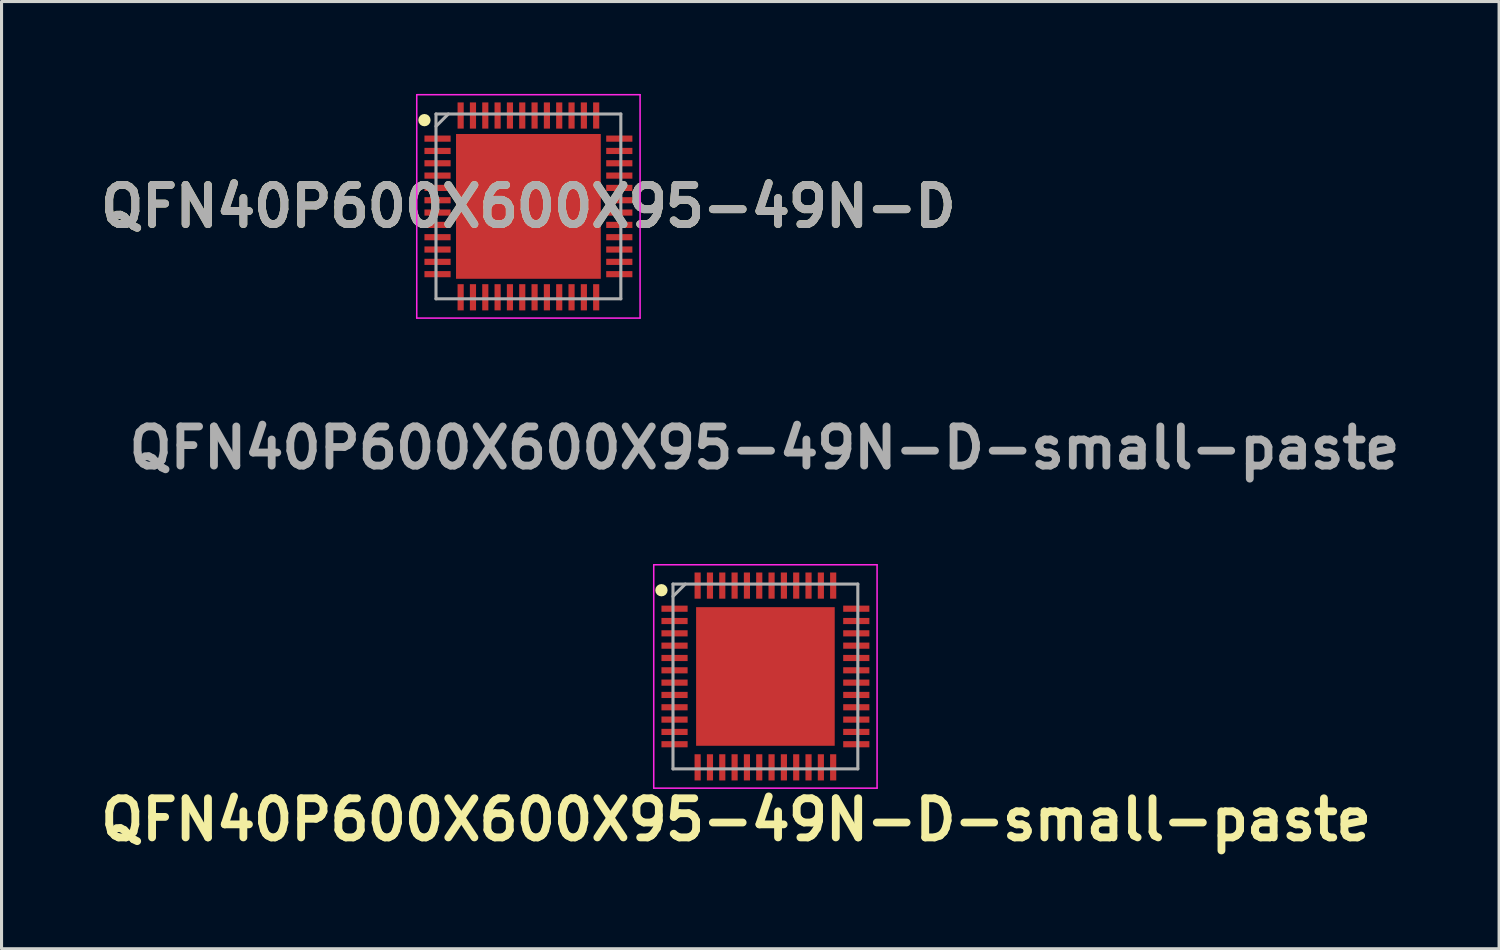
<source format=kicad_pcb>
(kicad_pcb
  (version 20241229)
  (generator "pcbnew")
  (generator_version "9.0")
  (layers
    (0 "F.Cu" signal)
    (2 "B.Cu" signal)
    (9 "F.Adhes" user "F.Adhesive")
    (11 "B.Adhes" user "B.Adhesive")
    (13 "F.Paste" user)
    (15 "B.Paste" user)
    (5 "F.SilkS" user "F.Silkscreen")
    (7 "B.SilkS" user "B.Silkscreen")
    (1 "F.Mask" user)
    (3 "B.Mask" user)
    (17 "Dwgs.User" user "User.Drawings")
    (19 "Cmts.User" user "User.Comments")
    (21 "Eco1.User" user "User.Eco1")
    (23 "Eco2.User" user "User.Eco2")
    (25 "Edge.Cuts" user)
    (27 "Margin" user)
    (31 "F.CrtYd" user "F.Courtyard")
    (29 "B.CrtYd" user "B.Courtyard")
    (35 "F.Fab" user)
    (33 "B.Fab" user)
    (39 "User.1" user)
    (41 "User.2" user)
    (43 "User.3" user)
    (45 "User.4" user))
  (footprint "QFN40P600X600X95-49N-D-small-paste"
    (layer "F.Cu")
    (at 21.796 18.909)
    (property "Reference" "QFN40P600X600X95-49N-D-small-paste" (at -0.95 4.65 0) (layer "F.SilkS") (effects (font (size 1.27 1.27) (thickness 0.254))))
    (attr smd)
    (fp_circle (center -3.375 -2.8) (end -3.375 -2.7) (stroke (width 0.2) (type solid)) (fill no) (layer "F.SilkS"))
    (fp_rect (start -3.375 -2.3) (end -2.9 -2.1) (stroke (width 0) (type solid)) (fill yes) (layer "F.Paste"))
    (fp_rect (start -3.375 -1.9) (end -2.9 -1.7) (stroke (width 0) (type solid)) (fill yes) (layer "F.Paste"))
    (fp_rect (start -3.375 -1.5) (end -2.9 -1.3) (stroke (width 0) (type solid)) (fill yes) (layer "F.Paste"))
    (fp_rect (start -3.375 -1.1) (end -2.9 -0.9) (stroke (width 0) (type solid)) (fill yes) (layer "F.Paste"))
    (fp_rect (start -3.375 -0.7) (end -2.9 -0.5) (stroke (width 0) (type solid)) (fill yes) (layer "F.Paste"))
    (fp_rect (start -3.375 -0.3) (end -2.9 -0.1) (stroke (width 0) (type solid)) (fill yes) (layer "F.Paste"))
    (fp_rect (start -3.375 0.1) (end -2.9 0.3) (stroke (width 0) (type solid)) (fill yes) (layer "F.Paste"))
    (fp_rect (start -3.375 0.5) (end -2.9 0.7) (stroke (width 0) (type solid)) (fill yes) (layer "F.Paste"))
    (fp_rect (start -3.375 0.9) (end -2.9 1.1) (stroke (width 0) (type solid)) (fill yes) (layer "F.Paste"))
    (fp_rect (start -3.375 1.3) (end -2.9 1.5) (stroke (width 0) (type solid)) (fill yes) (layer "F.Paste"))
    (fp_rect (start -3.375 1.7) (end -2.9 1.9) (stroke (width 0) (type solid)) (fill yes) (layer "F.Paste"))
    (fp_rect (start -3.375 2.1) (end -2.9 2.3) (stroke (width 0) (type solid)) (fill yes) (layer "F.Paste"))
    (fp_rect (start -2.3 -3.375) (end -2.1 -2.9) (stroke (width 0) (type solid)) (fill yes) (layer "F.Paste"))
    (fp_rect (start -2.3 2.9) (end -2.1 3.375) (stroke (width 0) (type solid)) (fill yes) (layer "F.Paste"))
    (fp_rect (start -1.9 -3.375) (end -1.7 -2.9) (stroke (width 0) (type solid)) (fill yes) (layer "F.Paste"))
    (fp_rect (start -1.9 2.9) (end -1.7 3.375) (stroke (width 0) (type solid)) (fill yes) (layer "F.Paste"))
    (fp_rect (start -1.8 -1.8) (end -0.2 -0.2) (stroke (width 0) (type solid)) (fill yes) (layer "F.Paste"))
    (fp_rect (start -1.8 0.2) (end -0.2 1.8) (stroke (width 0) (type solid)) (fill yes) (layer "F.Paste"))
    (fp_rect (start -1.5 -3.375) (end -1.3 -2.9) (stroke (width 0) (type solid)) (fill yes) (layer "F.Paste"))
    (fp_rect (start -1.5 2.9) (end -1.3 3.375) (stroke (width 0) (type solid)) (fill yes) (layer "F.Paste"))
    (fp_rect (start -1.1 -3.375) (end -0.9 -2.9) (stroke (width 0) (type solid)) (fill yes) (layer "F.Paste"))
    (fp_rect (start -1.1 2.9) (end -0.9 3.375) (stroke (width 0) (type solid)) (fill yes) (layer "F.Paste"))
    (fp_rect (start -0.7 -3.375) (end -0.5 -2.9) (stroke (width 0) (type solid)) (fill yes) (layer "F.Paste"))
    (fp_rect (start -0.7 2.9) (end -0.5 3.375) (stroke (width 0) (type solid)) (fill yes) (layer "F.Paste"))
    (fp_rect (start -0.3 -3.375) (end -0.1 -2.9) (stroke (width 0) (type solid)) (fill yes) (layer "F.Paste"))
    (fp_rect (start -0.3 2.9) (end -0.1 3.375) (stroke (width 0) (type solid)) (fill yes) (layer "F.Paste"))
    (fp_rect (start 0.1 -3.375) (end 0.3 -2.9) (stroke (width 0) (type solid)) (fill yes) (layer "F.Paste"))
    (fp_rect (start 0.1 2.9) (end 0.3 3.375) (stroke (width 0) (type solid)) (fill yes) (layer "F.Paste"))
    (fp_rect (start 0.2 -1.8) (end 1.8 -0.2) (stroke (width 0) (type solid)) (fill yes) (layer "F.Paste"))
    (fp_rect (start 0.2 0.2) (end 1.8 1.8) (stroke (width 0) (type solid)) (fill yes) (layer "F.Paste"))
    (fp_rect (start 0.5 -3.375) (end 0.7 -2.9) (stroke (width 0) (type solid)) (fill yes) (layer "F.Paste"))
    (fp_rect (start 0.5 2.9) (end 0.7 3.375) (stroke (width 0) (type solid)) (fill yes) (layer "F.Paste"))
    (fp_rect (start 0.9 -3.375) (end 1.1 -2.9) (stroke (width 0) (type solid)) (fill yes) (layer "F.Paste"))
    (fp_rect (start 0.9 2.9) (end 1.1 3.375) (stroke (width 0) (type solid)) (fill yes) (layer "F.Paste"))
    (fp_rect (start 1.3 -3.375) (end 1.5 -2.9) (stroke (width 0) (type solid)) (fill yes) (layer "F.Paste"))
    (fp_rect (start 1.3 2.9) (end 1.5 3.375) (stroke (width 0) (type solid)) (fill yes) (layer "F.Paste"))
    (fp_rect (start 1.7 -3.375) (end 1.9 -2.9) (stroke (width 0) (type solid)) (fill yes) (layer "F.Paste"))
    (fp_rect (start 1.7 2.9) (end 1.9 3.375) (stroke (width 0) (type solid)) (fill yes) (layer "F.Paste"))
    (fp_rect (start 2.1 -3.375) (end 2.3 -2.9) (stroke (width 0) (type solid)) (fill yes) (layer "F.Paste"))
    (fp_rect (start 2.1 2.9) (end 2.3 3.375) (stroke (width 0) (type solid)) (fill yes) (layer "F.Paste"))
    (fp_rect (start 2.9 -2.3) (end 3.375 -2.1) (stroke (width 0) (type solid)) (fill yes) (layer "F.Paste"))
    (fp_rect (start 2.9 -1.9) (end 3.375 -1.7) (stroke (width 0) (type solid)) (fill yes) (layer "F.Paste"))
    (fp_rect (start 2.9 -1.5) (end 3.375 -1.3) (stroke (width 0) (type solid)) (fill yes) (layer "F.Paste"))
    (fp_rect (start 2.9 -1.1) (end 3.375 -0.9) (stroke (width 0) (type solid)) (fill yes) (layer "F.Paste"))
    (fp_rect (start 2.9 -0.7) (end 3.375 -0.5) (stroke (width 0) (type solid)) (fill yes) (layer "F.Paste"))
    (fp_rect (start 2.9 -0.3) (end 3.375 -0.1) (stroke (width 0) (type solid)) (fill yes) (layer "F.Paste"))
    (fp_rect (start 2.9 0.1) (end 3.375 0.3) (stroke (width 0) (type solid)) (fill yes) (layer "F.Paste"))
    (fp_rect (start 2.9 0.5) (end 3.375 0.7) (stroke (width 0) (type solid)) (fill yes) (layer "F.Paste"))
    (fp_rect (start 2.9 0.9) (end 3.375 1.1) (stroke (width 0) (type solid)) (fill yes) (layer "F.Paste"))
    (fp_rect (start 2.9 1.3) (end 3.375 1.5) (stroke (width 0) (type solid)) (fill yes) (layer "F.Paste"))
    (fp_rect (start 2.9 1.7) (end 3.375 1.9) (stroke (width 0) (type solid)) (fill yes) (layer "F.Paste"))
    (fp_rect (start 2.9 2.1) (end 3.375 2.3) (stroke (width 0) (type solid)) (fill yes) (layer "F.Paste"))
    (fp_line (start -3.625 -3.625) (end 3.625 -3.625) (stroke (width 0.05) (type solid)) (layer "F.CrtYd"))
    (fp_line (start -3.625 3.625) (end -3.625 -3.625) (stroke (width 0.05) (type solid)) (layer "F.CrtYd"))
    (fp_line (start 3.625 -3.625) (end 3.625 3.625) (stroke (width 0.05) (type solid)) (layer "F.CrtYd"))
    (fp_line (start 3.625 3.625) (end -3.625 3.625) (stroke (width 0.05) (type solid)) (layer "F.CrtYd"))
    (fp_line (start -3 -3) (end 3 -3) (stroke (width 0.1) (type solid)) (layer "F.Fab"))
    (fp_line (start -3 -2.6) (end -2.6 -3) (stroke (width 0.1) (type solid)) (layer "F.Fab"))
    (fp_line (start -3 3) (end -3 -3) (stroke (width 0.1) (type solid)) (layer "F.Fab"))
    (fp_line (start 3 -3) (end 3 3) (stroke (width 0.1) (type solid)) (layer "F.Fab"))
    (fp_line (start 3 3) (end -3 3) (stroke (width 0.1) (type solid)) (layer "F.Fab"))
    (fp_text user "${REFERENCE}" (at -0.03 -7.42 0) (layer "F.Fab") (effects (font (size 1.27 1.27) (thickness 0.254))))
    (pad "1" smd rect (at -2.95 -2.2 90) (size 0.2 0.85) (layers "F.Cu" "F.Mask"))
    (pad "2" smd rect (at -2.95 -1.8 90) (size 0.2 0.85) (layers "F.Cu" "F.Mask"))
    (pad "3" smd rect (at -2.95 -1.4 90) (size 0.2 0.85) (layers "F.Cu" "F.Mask"))
    (pad "4" smd rect (at -2.95 -1 90) (size 0.2 0.85) (layers "F.Cu" "F.Mask"))
    (pad "5" smd rect (at -2.95 -0.6 90) (size 0.2 0.85) (layers "F.Cu" "F.Mask"))
    (pad "6" smd rect (at -2.95 -0.2 90) (size 0.2 0.85) (layers "F.Cu" "F.Mask"))
    (pad "7" smd rect (at -2.95 0.2 90) (size 0.2 0.85) (layers "F.Cu" "F.Mask"))
    (pad "8" smd rect (at -2.95 0.6 90) (size 0.2 0.85) (layers "F.Cu" "F.Mask"))
    (pad "9" smd rect (at -2.95 1 90) (size 0.2 0.85) (layers "F.Cu" "F.Mask"))
    (pad "10" smd rect (at -2.95 1.4 90) (size 0.2 0.85) (layers "F.Cu" "F.Mask"))
    (pad "11" smd rect (at -2.95 1.8 90) (size 0.2 0.85) (layers "F.Cu" "F.Mask"))
    (pad "12" smd rect (at -2.95 2.2 90) (size 0.2 0.85) (layers "F.Cu" "F.Mask"))
    (pad "13" smd rect (at -2.2 2.95) (size 0.2 0.85) (layers "F.Cu" "F.Mask"))
    (pad "14" smd rect (at -1.8 2.95) (size 0.2 0.85) (layers "F.Cu" "F.Mask"))
    (pad "15" smd rect (at -1.4 2.95) (size 0.2 0.85) (layers "F.Cu" "F.Mask"))
    (pad "16" smd rect (at -1 2.95) (size 0.2 0.85) (layers "F.Cu" "F.Mask"))
    (pad "17" smd rect (at -0.6 2.95) (size 0.2 0.85) (layers "F.Cu" "F.Mask"))
    (pad "18" smd rect (at -0.2 2.95) (size 0.2 0.85) (layers "F.Cu" "F.Mask"))
    (pad "19" smd rect (at 0.2 2.95) (size 0.2 0.85) (layers "F.Cu" "F.Mask"))
    (pad "20" smd rect (at 0.6 2.95) (size 0.2 0.85) (layers "F.Cu" "F.Mask"))
    (pad "21" smd rect (at 1 2.95) (size 0.2 0.85) (layers "F.Cu" "F.Mask"))
    (pad "22" smd rect (at 1.4 2.95) (size 0.2 0.85) (layers "F.Cu" "F.Mask"))
    (pad "23" smd rect (at 1.8 2.95) (size 0.2 0.85) (layers "F.Cu" "F.Mask"))
    (pad "24" smd rect (at 2.2 2.95) (size 0.2 0.85) (layers "F.Cu" "F.Mask"))
    (pad "25" smd rect (at 2.95 2.2 90) (size 0.2 0.85) (layers "F.Cu" "F.Mask"))
    (pad "26" smd rect (at 2.95 1.8 90) (size 0.2 0.85) (layers "F.Cu" "F.Mask"))
    (pad "27" smd rect (at 2.95 1.4 90) (size 0.2 0.85) (layers "F.Cu" "F.Mask"))
    (pad "28" smd rect (at 2.95 1 90) (size 0.2 0.85) (layers "F.Cu" "F.Mask"))
    (pad "29" smd rect (at 2.95 0.6 90) (size 0.2 0.85) (layers "F.Cu" "F.Mask"))
    (pad "30" smd rect (at 2.95 0.2 90) (size 0.2 0.85) (layers "F.Cu" "F.Mask"))
    (pad "31" smd rect (at 2.95 -0.2 90) (size 0.2 0.85) (layers "F.Cu" "F.Mask"))
    (pad "32" smd rect (at 2.95 -0.6 90) (size 0.2 0.85) (layers "F.Cu" "F.Mask"))
    (pad "33" smd rect (at 2.95 -1 90) (size 0.2 0.85) (layers "F.Cu" "F.Mask"))
    (pad "34" smd rect (at 2.95 -1.4 90) (size 0.2 0.85) (layers "F.Cu" "F.Mask"))
    (pad "35" smd rect (at 2.95 -1.8 90) (size 0.2 0.85) (layers "F.Cu" "F.Mask"))
    (pad "36" smd rect (at 2.95 -2.2 90) (size 0.2 0.85) (layers "F.Cu" "F.Mask"))
    (pad "37" smd rect (at 2.2 -2.95) (size 0.2 0.85) (layers "F.Cu" "F.Mask"))
    (pad "38" smd rect (at 1.8 -2.95) (size 0.2 0.85) (layers "F.Cu" "F.Mask"))
    (pad "39" smd rect (at 1.4 -2.95) (size 0.2 0.85) (layers "F.Cu" "F.Mask"))
    (pad "40" smd rect (at 1 -2.95) (size 0.2 0.85) (layers "F.Cu" "F.Mask"))
    (pad "41" smd rect (at 0.6 -2.95) (size 0.2 0.85) (layers "F.Cu" "F.Mask"))
    (pad "42" smd rect (at 0.2 -2.95) (size 0.2 0.85) (layers "F.Cu" "F.Mask"))
    (pad "43" smd rect (at -0.2 -2.95) (size 0.2 0.85) (layers "F.Cu" "F.Mask"))
    (pad "44" smd rect (at -0.6 -2.95) (size 0.2 0.85) (layers "F.Cu" "F.Mask"))
    (pad "45" smd rect (at -1 -2.95) (size 0.2 0.85) (layers "F.Cu" "F.Mask"))
    (pad "46" smd rect (at -1.4 -2.95) (size 0.2 0.85) (layers "F.Cu" "F.Mask"))
    (pad "47" smd rect (at -1.8 -2.95) (size 0.2 0.85) (layers "F.Cu" "F.Mask"))
    (pad "48" smd rect (at -2.2 -2.95) (size 0.2 0.85) (layers "F.Cu" "F.Mask"))
    (pad "49" smd rect (at 0 0) (size 4.5 4.5) (layers "F.Cu" "F.Mask")))
  (footprint "QFN40P600X600X95-49N-D"
    (layer "F.Cu")
    (at 14.103 3.65)
    (property "Reference" "QFN40P600X600X95-49N-D" (at 0 0 0) (layer "F.SilkS") (effects (font (size 1.27 1.27) (thickness 0.254))))
    (attr smd)
    (fp_circle (center -3.375 -2.8) (end -3.375 -2.7) (stroke (width 0.2) (type solid)) (fill no) (layer "F.SilkS"))
    (fp_line (start -3.625 -3.625) (end 3.625 -3.625) (stroke (width 0.05) (type solid)) (layer "F.CrtYd"))
    (fp_line (start -3.625 3.625) (end -3.625 -3.625) (stroke (width 0.05) (type solid)) (layer "F.CrtYd"))
    (fp_line (start 3.625 -3.625) (end 3.625 3.625) (stroke (width 0.05) (type solid)) (layer "F.CrtYd"))
    (fp_line (start 3.625 3.625) (end -3.625 3.625) (stroke (width 0.05) (type solid)) (layer "F.CrtYd"))
    (fp_line (start -3 -3) (end 3 -3) (stroke (width 0.1) (type solid)) (layer "F.Fab"))
    (fp_line (start -3 -2.6) (end -2.6 -3) (stroke (width 0.1) (type solid)) (layer "F.Fab"))
    (fp_line (start -3 3) (end -3 -3) (stroke (width 0.1) (type solid)) (layer "F.Fab"))
    (fp_line (start 3 -3) (end 3 3) (stroke (width 0.1) (type solid)) (layer "F.Fab"))
    (fp_line (start 3 3) (end -3 3) (stroke (width 0.1) (type solid)) (layer "F.Fab"))
    (fp_text user "${REFERENCE}" (at 0 0 0) (layer "F.Fab") (effects (font (size 1.27 1.27) (thickness 0.254))))
    (pad "1" smd rect (at -2.95 -2.2 90) (size 0.2 0.85) (layers "F.Cu" "F.Mask" "F.Paste"))
    (pad "2" smd rect (at -2.95 -1.8 90) (size 0.2 0.85) (layers "F.Cu" "F.Mask" "F.Paste"))
    (pad "3" smd rect (at -2.95 -1.4 90) (size 0.2 0.85) (layers "F.Cu" "F.Mask" "F.Paste"))
    (pad "4" smd rect (at -2.95 -1 90) (size 0.2 0.85) (layers "F.Cu" "F.Mask" "F.Paste"))
    (pad "5" smd rect (at -2.95 -0.6 90) (size 0.2 0.85) (layers "F.Cu" "F.Mask" "F.Paste"))
    (pad "6" smd rect (at -2.95 -0.2 90) (size 0.2 0.85) (layers "F.Cu" "F.Mask" "F.Paste"))
    (pad "7" smd rect (at -2.95 0.2 90) (size 0.2 0.85) (layers "F.Cu" "F.Mask" "F.Paste"))
    (pad "8" smd rect (at -2.95 0.6 90) (size 0.2 0.85) (layers "F.Cu" "F.Mask" "F.Paste"))
    (pad "9" smd rect (at -2.95 1 90) (size 0.2 0.85) (layers "F.Cu" "F.Mask" "F.Paste"))
    (pad "10" smd rect (at -2.95 1.4 90) (size 0.2 0.85) (layers "F.Cu" "F.Mask" "F.Paste"))
    (pad "11" smd rect (at -2.95 1.8 90) (size 0.2 0.85) (layers "F.Cu" "F.Mask" "F.Paste"))
    (pad "12" smd rect (at -2.95 2.2 90) (size 0.2 0.85) (layers "F.Cu" "F.Mask" "F.Paste"))
    (pad "13" smd rect (at -2.2 2.95) (size 0.2 0.85) (layers "F.Cu" "F.Mask" "F.Paste"))
    (pad "14" smd rect (at -1.8 2.95) (size 0.2 0.85) (layers "F.Cu" "F.Mask" "F.Paste"))
    (pad "15" smd rect (at -1.4 2.95) (size 0.2 0.85) (layers "F.Cu" "F.Mask" "F.Paste"))
    (pad "16" smd rect (at -1 2.95) (size 0.2 0.85) (layers "F.Cu" "F.Mask" "F.Paste"))
    (pad "17" smd rect (at -0.6 2.95) (size 0.2 0.85) (layers "F.Cu" "F.Mask" "F.Paste"))
    (pad "18" smd rect (at -0.2 2.95) (size 0.2 0.85) (layers "F.Cu" "F.Mask" "F.Paste"))
    (pad "19" smd rect (at 0.2 2.95) (size 0.2 0.85) (layers "F.Cu" "F.Mask" "F.Paste"))
    (pad "20" smd rect (at 0.6 2.95) (size 0.2 0.85) (layers "F.Cu" "F.Mask" "F.Paste"))
    (pad "21" smd rect (at 1 2.95) (size 0.2 0.85) (layers "F.Cu" "F.Mask" "F.Paste"))
    (pad "22" smd rect (at 1.4 2.95) (size 0.2 0.85) (layers "F.Cu" "F.Mask" "F.Paste"))
    (pad "23" smd rect (at 1.8 2.95) (size 0.2 0.85) (layers "F.Cu" "F.Mask" "F.Paste"))
    (pad "24" smd rect (at 2.2 2.95) (size 0.2 0.85) (layers "F.Cu" "F.Mask" "F.Paste"))
    (pad "25" smd rect (at 2.95 2.2 90) (size 0.2 0.85) (layers "F.Cu" "F.Mask" "F.Paste"))
    (pad "26" smd rect (at 2.95 1.8 90) (size 0.2 0.85) (layers "F.Cu" "F.Mask" "F.Paste"))
    (pad "27" smd rect (at 2.95 1.4 90) (size 0.2 0.85) (layers "F.Cu" "F.Mask" "F.Paste"))
    (pad "28" smd rect (at 2.95 1 90) (size 0.2 0.85) (layers "F.Cu" "F.Mask" "F.Paste"))
    (pad "29" smd rect (at 2.95 0.6 90) (size 0.2 0.85) (layers "F.Cu" "F.Mask" "F.Paste"))
    (pad "30" smd rect (at 2.95 0.2 90) (size 0.2 0.85) (layers "F.Cu" "F.Mask" "F.Paste"))
    (pad "31" smd rect (at 2.95 -0.2 90) (size 0.2 0.85) (layers "F.Cu" "F.Mask" "F.Paste"))
    (pad "32" smd rect (at 2.95 -0.6 90) (size 0.2 0.85) (layers "F.Cu" "F.Mask" "F.Paste"))
    (pad "33" smd rect (at 2.95 -1 90) (size 0.2 0.85) (layers "F.Cu" "F.Mask" "F.Paste"))
    (pad "34" smd rect (at 2.95 -1.4 90) (size 0.2 0.85) (layers "F.Cu" "F.Mask" "F.Paste"))
    (pad "35" smd rect (at 2.95 -1.8 90) (size 0.2 0.85) (layers "F.Cu" "F.Mask" "F.Paste"))
    (pad "36" smd rect (at 2.95 -2.2 90) (size 0.2 0.85) (layers "F.Cu" "F.Mask" "F.Paste"))
    (pad "37" smd rect (at 2.2 -2.95) (size 0.2 0.85) (layers "F.Cu" "F.Mask" "F.Paste"))
    (pad "38" smd rect (at 1.8 -2.95) (size 0.2 0.85) (layers "F.Cu" "F.Mask" "F.Paste"))
    (pad "39" smd rect (at 1.4 -2.95) (size 0.2 0.85) (layers "F.Cu" "F.Mask" "F.Paste"))
    (pad "40" smd rect (at 1 -2.95) (size 0.2 0.85) (layers "F.Cu" "F.Mask" "F.Paste"))
    (pad "41" smd rect (at 0.6 -2.95) (size 0.2 0.85) (layers "F.Cu" "F.Mask" "F.Paste"))
    (pad "42" smd rect (at 0.2 -2.95) (size 0.2 0.85) (layers "F.Cu" "F.Mask" "F.Paste"))
    (pad "43" smd rect (at -0.2 -2.95) (size 0.2 0.85) (layers "F.Cu" "F.Mask" "F.Paste"))
    (pad "44" smd rect (at -0.6 -2.95) (size 0.2 0.85) (layers "F.Cu" "F.Mask" "F.Paste"))
    (pad "45" smd rect (at -1 -2.95) (size 0.2 0.85) (layers "F.Cu" "F.Mask" "F.Paste"))
    (pad "46" smd rect (at -1.4 -2.95) (size 0.2 0.85) (layers "F.Cu" "F.Mask" "F.Paste"))
    (pad "47" smd rect (at -1.8 -2.95) (size 0.2 0.85) (layers "F.Cu" "F.Mask" "F.Paste"))
    (pad "48" smd rect (at -2.2 -2.95) (size 0.2 0.85) (layers "F.Cu" "F.Mask" "F.Paste"))
    (pad "49" smd rect (at 0 0) (size 4.7 4.7) (layers "F.Cu" "F.Mask" "F.Paste")))
  (gr_rect
    (start -3 -3)
    (end 45.612 27.747)
    (stroke (width 0.1) (type default))
    (fill no)
    (layer "Edge.Cuts")))
</source>
